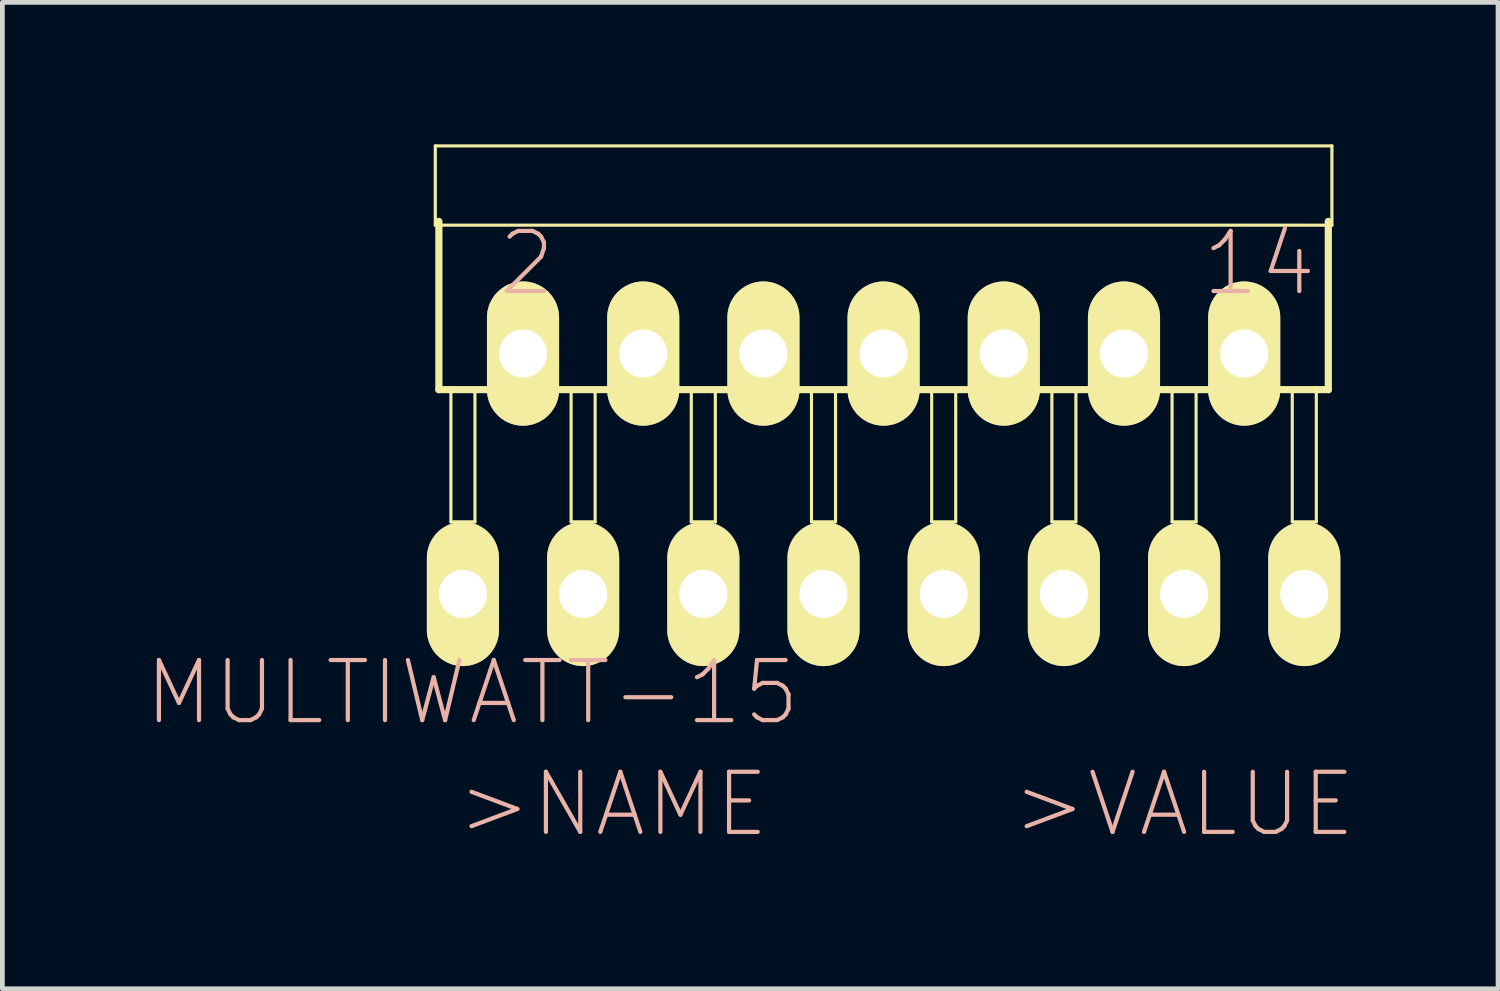
<source format=kicad_pcb>
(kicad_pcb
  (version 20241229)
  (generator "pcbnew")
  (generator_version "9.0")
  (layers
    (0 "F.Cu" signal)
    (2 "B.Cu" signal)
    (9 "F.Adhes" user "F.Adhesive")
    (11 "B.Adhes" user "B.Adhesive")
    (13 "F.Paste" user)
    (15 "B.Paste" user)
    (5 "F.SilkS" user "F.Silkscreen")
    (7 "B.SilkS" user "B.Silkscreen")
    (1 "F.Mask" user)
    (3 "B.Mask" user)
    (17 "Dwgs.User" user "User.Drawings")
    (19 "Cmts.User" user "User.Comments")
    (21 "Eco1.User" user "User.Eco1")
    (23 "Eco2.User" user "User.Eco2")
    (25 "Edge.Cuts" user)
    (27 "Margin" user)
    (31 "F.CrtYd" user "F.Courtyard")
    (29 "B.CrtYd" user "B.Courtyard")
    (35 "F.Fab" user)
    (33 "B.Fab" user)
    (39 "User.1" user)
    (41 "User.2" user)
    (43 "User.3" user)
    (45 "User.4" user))
  (footprint "MULTIWATT-15"
    (layer "F.Cu")
    (at 15.623 1.882)
    (property "Reference" "MULTIWATT-15" (at -8.692 9.703 0) (layer "B.SilkS") (effects (font (size 1.27 1.27) (thickness 0.089))))
    (attr exclude_from_pos_files exclude_from_bom)
    (fp_line (start -9.474 -1.849) (end 9.474 -1.849) (stroke (width 0.066) (type solid)) (layer "F.SilkS"))
    (fp_line (start -9.474 -0.173) (end -9.474 -1.849) (stroke (width 0.066) (type solid)) (layer "F.SilkS"))
    (fp_line (start -9.474 -0.173) (end 9.474 -0.173) (stroke (width 0.066) (type solid)) (layer "F.SilkS"))
    (fp_line (start -9.398 -0.254) (end -9.398 3.302) (stroke (width 0.152) (type solid)) (layer "F.SilkS"))
    (fp_line (start -9.398 3.302) (end -9.144 3.302) (stroke (width 0.152) (type solid)) (layer "F.SilkS"))
    (fp_line (start -9.144 3.302) (end -8.636 3.302) (stroke (width 0.066) (type solid)) (layer "F.SilkS"))
    (fp_line (start -9.144 3.302) (end 9.144 3.302) (stroke (width 0.152) (type solid)) (layer "F.SilkS"))
    (fp_line (start -9.144 6.096) (end -9.144 3.302) (stroke (width 0.066) (type solid)) (layer "F.SilkS"))
    (fp_line (start -9.144 6.096) (end -8.636 6.096) (stroke (width 0.066) (type solid)) (layer "F.SilkS"))
    (fp_line (start -8.636 6.096) (end -8.636 3.302) (stroke (width 0.066) (type solid)) (layer "F.SilkS"))
    (fp_line (start -6.604 3.302) (end -6.096 3.302) (stroke (width 0.066) (type solid)) (layer "F.SilkS"))
    (fp_line (start -6.604 6.096) (end -6.604 3.302) (stroke (width 0.066) (type solid)) (layer "F.SilkS"))
    (fp_line (start -6.604 6.096) (end -6.096 6.096) (stroke (width 0.066) (type solid)) (layer "F.SilkS"))
    (fp_line (start -6.096 6.096) (end -6.096 3.302) (stroke (width 0.066) (type solid)) (layer "F.SilkS"))
    (fp_line (start -4.064 3.302) (end -3.556 3.302) (stroke (width 0.066) (type solid)) (layer "F.SilkS"))
    (fp_line (start -4.064 6.096) (end -4.064 3.302) (stroke (width 0.066) (type solid)) (layer "F.SilkS"))
    (fp_line (start -4.064 6.096) (end -3.556 6.096) (stroke (width 0.066) (type solid)) (layer "F.SilkS"))
    (fp_line (start -3.556 6.096) (end -3.556 3.302) (stroke (width 0.066) (type solid)) (layer "F.SilkS"))
    (fp_line (start -1.524 3.302) (end -1.016 3.302) (stroke (width 0.066) (type solid)) (layer "F.SilkS"))
    (fp_line (start -1.524 6.096) (end -1.524 3.302) (stroke (width 0.066) (type solid)) (layer "F.SilkS"))
    (fp_line (start -1.524 6.096) (end -1.016 6.096) (stroke (width 0.066) (type solid)) (layer "F.SilkS"))
    (fp_line (start -1.016 6.096) (end -1.016 3.302) (stroke (width 0.066) (type solid)) (layer "F.SilkS"))
    (fp_line (start 1.016 3.302) (end 1.524 3.302) (stroke (width 0.066) (type solid)) (layer "F.SilkS"))
    (fp_line (start 1.016 6.096) (end 1.016 3.302) (stroke (width 0.066) (type solid)) (layer "F.SilkS"))
    (fp_line (start 1.016 6.096) (end 1.524 6.096) (stroke (width 0.066) (type solid)) (layer "F.SilkS"))
    (fp_line (start 1.524 6.096) (end 1.524 3.302) (stroke (width 0.066) (type solid)) (layer "F.SilkS"))
    (fp_line (start 3.556 3.302) (end 4.064 3.302) (stroke (width 0.066) (type solid)) (layer "F.SilkS"))
    (fp_line (start 3.556 6.096) (end 3.556 3.302) (stroke (width 0.066) (type solid)) (layer "F.SilkS"))
    (fp_line (start 3.556 6.096) (end 4.064 6.096) (stroke (width 0.066) (type solid)) (layer "F.SilkS"))
    (fp_line (start 4.064 6.096) (end 4.064 3.302) (stroke (width 0.066) (type solid)) (layer "F.SilkS"))
    (fp_line (start 6.096 3.302) (end 6.604 3.302) (stroke (width 0.066) (type solid)) (layer "F.SilkS"))
    (fp_line (start 6.096 6.096) (end 6.096 3.302) (stroke (width 0.066) (type solid)) (layer "F.SilkS"))
    (fp_line (start 6.096 6.096) (end 6.604 6.096) (stroke (width 0.066) (type solid)) (layer "F.SilkS"))
    (fp_line (start 6.604 6.096) (end 6.604 3.302) (stroke (width 0.066) (type solid)) (layer "F.SilkS"))
    (fp_line (start 8.636 3.302) (end 9.144 3.302) (stroke (width 0.066) (type solid)) (layer "F.SilkS"))
    (fp_line (start 8.636 6.096) (end 8.636 3.302) (stroke (width 0.066) (type solid)) (layer "F.SilkS"))
    (fp_line (start 8.636 6.096) (end 9.144 6.096) (stroke (width 0.066) (type solid)) (layer "F.SilkS"))
    (fp_line (start 9.144 3.302) (end 9.398 3.302) (stroke (width 0.152) (type solid)) (layer "F.SilkS"))
    (fp_line (start 9.144 6.096) (end 9.144 3.302) (stroke (width 0.066) (type solid)) (layer "F.SilkS"))
    (fp_line (start 9.398 -0.254) (end 9.398 3.302) (stroke (width 0.152) (type solid)) (layer "F.SilkS"))
    (fp_line (start 9.474 -0.173) (end 9.474 -1.849) (stroke (width 0.066) (type solid)) (layer "F.SilkS"))
    (fp_text user ">VALUE" (at 6.35 12.065 0) (layer "B.SilkS") (effects (font (size 1.27 1.27) (thickness 0.089))))
    (fp_text user "2" (at -7.541 0.635 0) (layer "B.SilkS") (effects (font (size 1.27 1.27) (thickness 0.089))))
    (fp_text user "14" (at 7.938 0.635 0) (layer "B.SilkS") (effects (font (size 1.27 1.27) (thickness 0.089))))
    (fp_text user ">NAME" (at -5.715 12.065 0) (layer "B.SilkS") (effects (font (size 1.27 1.27) (thickness 0.089))))
    (pad "1" thru_hole oval (at -8.89 7.62) (size 1.524 3.048) (drill 1.016) (layers "*.Cu" "F.Mask" "F.SilkS" "F.Paste"))
    (pad "2" thru_hole oval (at -7.62 2.54) (size 1.524 3.048) (drill 1.016) (layers "*.Cu" "F.Mask" "F.SilkS" "F.Paste"))
    (pad "3" thru_hole oval (at -6.35 7.62) (size 1.524 3.048) (drill 1.016) (layers "*.Cu" "F.Mask" "F.SilkS" "F.Paste"))
    (pad "4" thru_hole oval (at -5.08 2.54) (size 1.524 3.048) (drill 1.016) (layers "*.Cu" "F.Mask" "F.SilkS" "F.Paste"))
    (pad "5" thru_hole oval (at -3.81 7.62) (size 1.524 3.048) (drill 1.016) (layers "*.Cu" "F.Mask" "F.SilkS" "F.Paste"))
    (pad "6" thru_hole oval (at -2.54 2.54) (size 1.524 3.048) (drill 1.016) (layers "*.Cu" "F.Mask" "F.SilkS" "F.Paste"))
    (pad "7" thru_hole oval (at -1.27 7.62) (size 1.524 3.048) (drill 1.016) (layers "*.Cu" "F.Mask" "F.SilkS" "F.Paste"))
    (pad "8" thru_hole oval (at 0 2.54) (size 1.524 3.048) (drill 1.016) (layers "*.Cu" "F.Mask" "F.SilkS" "F.Paste"))
    (pad "9" thru_hole oval (at 1.27 7.62) (size 1.524 3.048) (drill 1.016) (layers "*.Cu" "F.Mask" "F.SilkS" "F.Paste"))
    (pad "10" thru_hole oval (at 2.54 2.54) (size 1.524 3.048) (drill 1.016) (layers "*.Cu" "F.Mask" "F.SilkS" "F.Paste"))
    (pad "11" thru_hole oval (at 3.81 7.62) (size 1.524 3.048) (drill 1.016) (layers "*.Cu" "F.Mask" "F.SilkS" "F.Paste"))
    (pad "12" thru_hole oval (at 5.08 2.54) (size 1.524 3.048) (drill 1.016) (layers "*.Cu" "F.Mask" "F.SilkS" "F.Paste"))
    (pad "13" thru_hole oval (at 6.35 7.62) (size 1.524 3.048) (drill 1.016) (layers "*.Cu" "F.Mask" "F.SilkS" "F.Paste"))
    (pad "14" thru_hole oval (at 7.62 2.54) (size 1.524 3.048) (drill 1.016) (layers "*.Cu" "F.Mask" "F.SilkS" "F.Paste"))
    (pad "15" thru_hole oval (at 8.89 7.62) (size 1.524 3.048) (drill 1.016) (layers "*.Cu" "F.Mask" "F.SilkS" "F.Paste")))
  (gr_rect
    (start -3 -3)
    (end 28.608 17.846)
    (stroke (width 0.1) (type default))
    (fill no)
    (layer "Edge.Cuts")))
</source>
